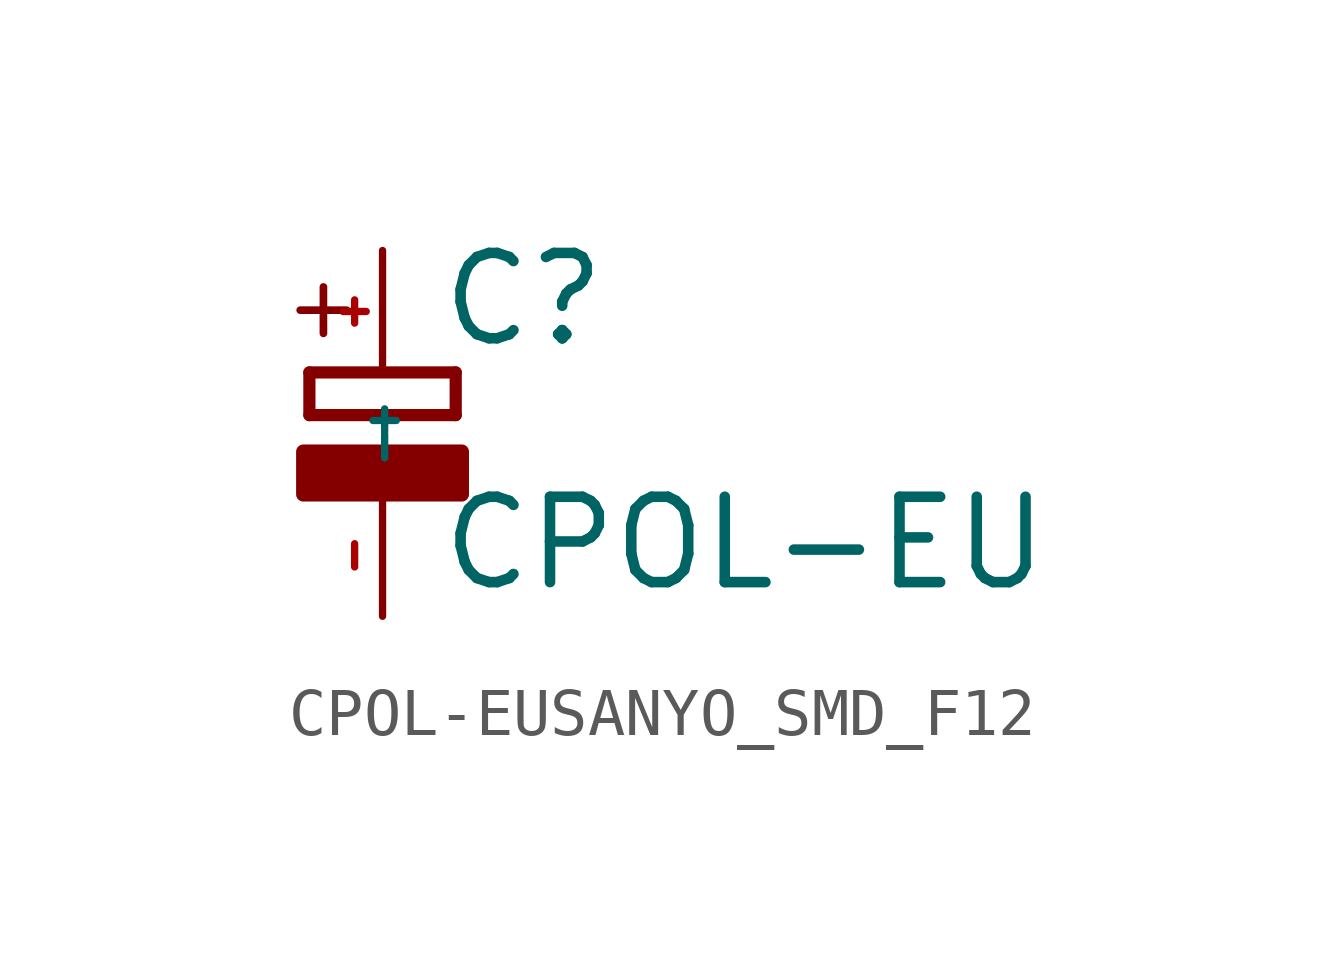
<source format=kicad_sym>
(kicad_symbol_lib
  (version 20220914)
  (generator Eagle2Kicad)
  (symbol "CPOL-EUSANYO_SMD_F12"
    (property "Reference" "C"
      (at 1.143 0.483 0)
      (effects (font (size 1.778 1.778) (thickness 0.22)) (justify left bottom)))
    (property "Value" "CPOL-EU"
      (at 1.143 -4.597 0)
      (effects (font (size 1.778 1.778) (thickness 0.22)) (justify left bottom)))
    (polyline
      (pts (xy -1.524 -0.889) (xy 1.524 -0.889))
      (stroke (width 0.254) (type default))
      (fill (type none)))
    (polyline
      (pts (xy 1.524 -0.889) (xy 1.524 0))
      (stroke (width 0.254) (type default))
      (fill (type none)))
    (polyline
      (pts (xy -1.524 0) (xy -1.524 -0.889))
      (stroke (width 0.254) (type default))
      (fill (type none)))
    (polyline
      (pts (xy -1.524 0) (xy 1.524 0))
      (stroke (width 0.254) (type default))
      (fill (type none)))
    (text "+"
      (at -0.584 0.406 900)
      (effects (font (size 1.27 1.27) (thickness 0.16)) (justify left bottom)))
    (rectangle
      (start -1.651 -2.54)
      (end 1.651 -1.651)
      (stroke (width 0.3) (type default))
      (fill (type outline)))
    (pin passive line
      (at 0 -5.08 90)
      (length 2.54)
      (name "-" (effects (font (size 0.635 0.635) (thickness 0.08)) (justify left bottom)))
      (number "-" (effects (font (size 0.635 0.635) (thickness 0.08)) (justify left bottom))))
    (pin passive line
      (at 0 2.54 270)
      (length 2.54)
      (name "+" (effects (font (size 0.635 0.635) (thickness 0.08)) (justify left bottom)))
      (number "+" (effects (font (size 0.635 0.635) (thickness 0.08)) (justify left bottom))))))
</source>
